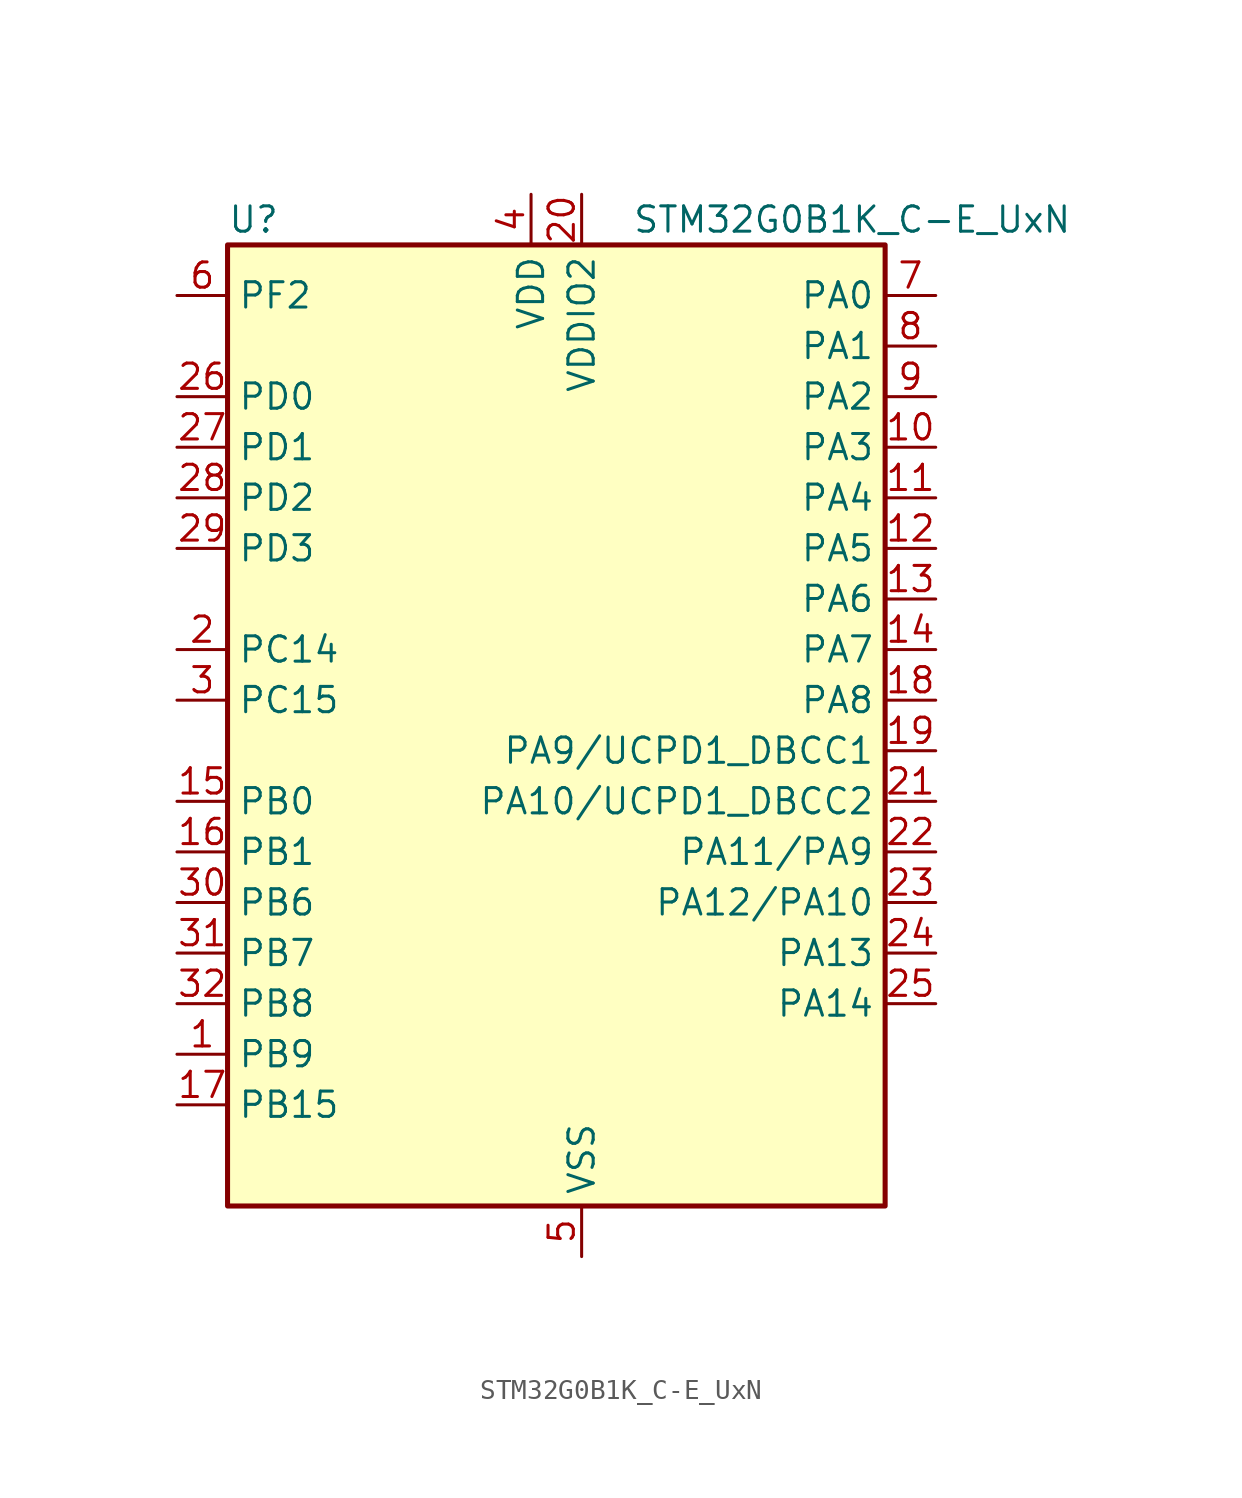
<source format=kicad_sym>
(kicad_symbol_lib
  (version 20211014)
  (generator kicad-library-utils)
  (symbol "STM32G0B1K_C-E_UxN"
    (property "Reference" "U"
      (at -15.24 26.67 0)
      (effects (font (size 1.27 1.27)) (justify left)))
    (property "Value" "STM32G0B1K_C-E_UxN"
      (at 5.08 26.67 0)
      (effects (font (size 1.27 1.27)) (justify left)))
    (property "ki_fp_filters" "QFN*1EP*5x5mm*P0.5mm*"
      (at 0.0 0.0 0.0)
      (effects (font (size 1.27 1.27))))
    (symbol "STM32G0B1K_C-E_UxN_0_1"
      (rectangle (start -15.24 -22.86) (end 17.78 25.4) (stroke (width 0.254)) (fill (type background))))
    (symbol "STM32G0B1K_C-E_UxN_1_1"
      (pin bidirectional line (at -17.78 22.86 0) (length 2.54) (name "PF2" (effects (font (size 1.27 1.27)))) (number "6" (effects (font (size 1.27 1.27)))) (alternate "LPUART2_DE" bidirectional line) (alternate "LPUART2_RTS" bidirectional line) (alternate "LPUART2_TX" bidirectional line) (alternate "RCC_MCO" bidirectional line))
      (pin bidirectional line (at -17.78 17.78 0) (length 2.54) (name "PD0" (effects (font (size 1.27 1.27)))) (number "26" (effects (font (size 1.27 1.27)))) (alternate "FDCAN1_RX" bidirectional line) (alternate "I2S2_WS" bidirectional line) (alternate "SPI2_NSS" bidirectional line) (alternate "TIM16_CH1" bidirectional line) (alternate "UCPD2_CC1" bidirectional line))
      (pin bidirectional line (at -17.78 15.24 0) (length 2.54) (name "PD1" (effects (font (size 1.27 1.27)))) (number "27" (effects (font (size 1.27 1.27)))) (alternate "FDCAN1_TX" bidirectional line) (alternate "I2S2_CK" bidirectional line) (alternate "SPI2_SCK" bidirectional line) (alternate "TIM17_CH1" bidirectional line) (alternate "UCPD2_DBCC1" bidirectional line))
      (pin bidirectional line (at -17.78 12.7 0) (length 2.54) (name "PD2" (effects (font (size 1.27 1.27)))) (number "28" (effects (font (size 1.27 1.27)))) (alternate "TIM1_CH1N" bidirectional line) (alternate "TIM3_ETR" bidirectional line) (alternate "UCPD2_CC2" bidirectional line) (alternate "USART3_CK" bidirectional line) (alternate "USART3_DE" bidirectional line) (alternate "USART3_RTS" bidirectional line) (alternate "USART5_RX" bidirectional line))
      (pin bidirectional line (at -17.78 10.16 0) (length 2.54) (name "PD3" (effects (font (size 1.27 1.27)))) (number "29" (effects (font (size 1.27 1.27)))) (alternate "I2S2_MCK" bidirectional line) (alternate "SPI2_MISO" bidirectional line) (alternate "TIM1_CH2N" bidirectional line) (alternate "UCPD2_DBCC2" bidirectional line) (alternate "USART2_CTS" bidirectional line) (alternate "USART2_NSS" bidirectional line) (alternate "USART5_TX" bidirectional line))
      (pin bidirectional line (at -17.78 5.08 0) (length 2.54) (name "PC14" (effects (font (size 1.27 1.27)))) (number "2" (effects (font (size 1.27 1.27)))) (alternate "RCC_OSC32_IN" bidirectional line) (alternate "RCC_OSC_IN" bidirectional line) (alternate "TIM1_BK2" bidirectional line))
      (pin bidirectional line (at -17.78 2.54 0) (length 2.54) (name "PC15" (effects (font (size 1.27 1.27)))) (number "3" (effects (font (size 1.27 1.27)))) (alternate "RCC_OSC32_EN" bidirectional line) (alternate "RCC_OSC32_OUT" bidirectional line) (alternate "RCC_OSC_EN" bidirectional line) (alternate "TIM15_BK" bidirectional line))
      (pin bidirectional line (at -17.78 -2.54 0) (length 2.54) (name "PB0" (effects (font (size 1.27 1.27)))) (number "15" (effects (font (size 1.27 1.27)))) (alternate "ADC1_IN8" bidirectional line) (alternate "COMP1_OUT" bidirectional line) (alternate "COMP3_INP" bidirectional line) (alternate "FDCAN2_RX" bidirectional line) (alternate "I2S1_WS" bidirectional line) (alternate "LPTIM1_OUT" bidirectional line) (alternate "LPUART2_CTS" bidirectional line) (alternate "SPI1_NSS" bidirectional line) (alternate "TIM1_CH2N" bidirectional line) (alternate "TIM3_CH3" bidirectional line) (alternate "UCPD1_FRSTX1" bidirectional line) (alternate "UCPD1_FRSTX2" bidirectional line) (alternate "USART3_RX" bidirectional line) (alternate "USART5_TX" bidirectional line))
      (pin bidirectional line (at -17.78 -5.08 0) (length 2.54) (name "PB1" (effects (font (size 1.27 1.27)))) (number "16" (effects (font (size 1.27 1.27)))) (alternate "ADC1_IN9" bidirectional line) (alternate "COMP1_INM" bidirectional line) (alternate "COMP3_OUT" bidirectional line) (alternate "FDCAN2_TX" bidirectional line) (alternate "LPTIM2_IN1" bidirectional line) (alternate "LPUART1_DE" bidirectional line) (alternate "LPUART1_RTS" bidirectional line) (alternate "LPUART2_DE" bidirectional line) (alternate "LPUART2_RTS" bidirectional line) (alternate "TIM14_CH1" bidirectional line) (alternate "TIM1_CH3N" bidirectional line) (alternate "TIM3_CH4" bidirectional line) (alternate "USART3_CK" bidirectional line) (alternate "USART3_DE" bidirectional line) (alternate "USART3_RTS" bidirectional line) (alternate "USART5_RX" bidirectional line))
      (pin bidirectional line (at -17.78 -7.62 0) (length 2.54) (name "PB6" (effects (font (size 1.27 1.27)))) (number "30" (effects (font (size 1.27 1.27)))) (alternate "COMP2_INP" bidirectional line) (alternate "FDCAN2_TX" bidirectional line) (alternate "I2C1_SCL" bidirectional line) (alternate "I2S2_MCK" bidirectional line) (alternate "LPTIM1_ETR" bidirectional line) (alternate "LPUART2_TX" bidirectional line) (alternate "SPI2_MISO" bidirectional line) (alternate "TIM16_CH1N" bidirectional line) (alternate "TIM1_CH3" bidirectional line) (alternate "TIM4_CH1" bidirectional line) (alternate "USART1_TX" bidirectional line) (alternate "USART5_CTS" bidirectional line) (alternate "USART5_NSS" bidirectional line))
      (pin bidirectional line (at -17.78 -10.16 0) (length 2.54) (name "PB7" (effects (font (size 1.27 1.27)))) (number "31" (effects (font (size 1.27 1.27)))) (alternate "COMP2_INM" bidirectional line) (alternate "I2C1_SDA" bidirectional line) (alternate "I2S2_SD" bidirectional line) (alternate "LPTIM1_IN2" bidirectional line) (alternate "LPUART2_RX" bidirectional line) (alternate "SPI2_MOSI" bidirectional line) (alternate "SYS_PVD_IN" bidirectional line) (alternate "TIM17_CH1N" bidirectional line) (alternate "TIM4_CH2" bidirectional line) (alternate "USART1_RX" bidirectional line) (alternate "USART4_CTS" bidirectional line) (alternate "USART4_NSS" bidirectional line))
      (pin bidirectional line (at -17.78 -12.7 0) (length 2.54) (name "PB8" (effects (font (size 1.27 1.27)))) (number "32" (effects (font (size 1.27 1.27)))) (alternate "CEC" bidirectional line) (alternate "FDCAN1_RX" bidirectional line) (alternate "I2C1_SCL" bidirectional line) (alternate "I2S2_CK" bidirectional line) (alternate "SPI2_SCK" bidirectional line) (alternate "TIM15_BK" bidirectional line) (alternate "TIM16_CH1" bidirectional line) (alternate "TIM4_CH3" bidirectional line) (alternate "USART3_TX" bidirectional line) (alternate "USART6_TX" bidirectional line))
      (pin bidirectional line (at -17.78 -15.24 0) (length 2.54) (name "PB9" (effects (font (size 1.27 1.27)))) (number "1" (effects (font (size 1.27 1.27)))) (alternate "DAC1_EXTI9" bidirectional line) (alternate "FDCAN1_TX" bidirectional line) (alternate "I2C1_SDA" bidirectional line) (alternate "I2S2_WS" bidirectional line) (alternate "IR_OUT" bidirectional line) (alternate "SPI2_NSS" bidirectional line) (alternate "TIM17_CH1" bidirectional line) (alternate "TIM4_CH4" bidirectional line) (alternate "UCPD2_FRSTX1" bidirectional line) (alternate "UCPD2_FRSTX2" bidirectional line) (alternate "USART3_RX" bidirectional line) (alternate "USART6_RX" bidirectional line))
      (pin bidirectional line (at -17.78 -17.78 0) (length 2.54) (name "PB15" (effects (font (size 1.27 1.27)))) (number "17" (effects (font (size 1.27 1.27)))) (alternate "I2S2_SD" bidirectional line) (alternate "RTC_REFIN" bidirectional line) (alternate "SPI2_MOSI" bidirectional line) (alternate "TIM15_CH1N" bidirectional line) (alternate "TIM15_CH2" bidirectional line) (alternate "TIM1_CH3N" bidirectional line) (alternate "UCPD1_CC2" bidirectional line) (alternate "USART6_CTS" bidirectional line) (alternate "USART6_NSS" bidirectional line))
      (pin bidirectional line (at 20.32 22.86 180) (length 2.54) (name "PA0" (effects (font (size 1.27 1.27)))) (number "7" (effects (font (size 1.27 1.27)))) (alternate "ADC1_IN0" bidirectional line) (alternate "COMP1_INM" bidirectional line) (alternate "COMP1_OUT" bidirectional line) (alternate "I2S2_CK" bidirectional line) (alternate "LPTIM1_OUT" bidirectional line) (alternate "RTC_TAMP_IN2" bidirectional line) (alternate "SPI2_SCK" bidirectional line) (alternate "SYS_WKUP1" bidirectional line) (alternate "TIM2_CH1" bidirectional line) (alternate "TIM2_ETR" bidirectional line) (alternate "UCPD2_FRSTX1" bidirectional line) (alternate "UCPD2_FRSTX2" bidirectional line) (alternate "USART2_CTS" bidirectional line) (alternate "USART2_NSS" bidirectional line) (alternate "USART4_TX" bidirectional line))
      (pin bidirectional line (at 20.32 20.32 180) (length 2.54) (name "PA1" (effects (font (size 1.27 1.27)))) (number "8" (effects (font (size 1.27 1.27)))) (alternate "ADC1_IN1" bidirectional line) (alternate "COMP1_INP" bidirectional line) (alternate "I2C1_SMBA" bidirectional line) (alternate "I2S1_CK" bidirectional line) (alternate "SPI1_SCK" bidirectional line) (alternate "TIM15_CH1N" bidirectional line) (alternate "TIM2_CH2" bidirectional line) (alternate "USART2_CK" bidirectional line) (alternate "USART2_DE" bidirectional line) (alternate "USART2_RTS" bidirectional line) (alternate "USART4_RX" bidirectional line))
      (pin bidirectional line (at 20.32 17.78 180) (length 2.54) (name "PA2" (effects (font (size 1.27 1.27)))) (number "9" (effects (font (size 1.27 1.27)))) (alternate "ADC1_IN2" bidirectional line) (alternate "COMP2_INM" bidirectional line) (alternate "COMP2_OUT" bidirectional line) (alternate "I2S1_SD" bidirectional line) (alternate "LPUART1_TX" bidirectional line) (alternate "RCC_LSCO" bidirectional line) (alternate "SPI1_MOSI" bidirectional line) (alternate "SYS_WKUP4" bidirectional line) (alternate "TIM15_CH1" bidirectional line) (alternate "TIM2_CH3" bidirectional line) (alternate "UCPD1_FRSTX1" bidirectional line) (alternate "UCPD1_FRSTX2" bidirectional line) (alternate "USART2_TX" bidirectional line))
      (pin bidirectional line (at 20.32 15.24 180) (length 2.54) (name "PA3" (effects (font (size 1.27 1.27)))) (number "10" (effects (font (size 1.27 1.27)))) (alternate "ADC1_IN3" bidirectional line) (alternate "COMP2_INP" bidirectional line) (alternate "I2S2_MCK" bidirectional line) (alternate "LPUART1_RX" bidirectional line) (alternate "SPI2_MISO" bidirectional line) (alternate "TIM15_CH2" bidirectional line) (alternate "TIM2_CH4" bidirectional line) (alternate "UCPD2_FRSTX1" bidirectional line) (alternate "UCPD2_FRSTX2" bidirectional line) (alternate "USART2_RX" bidirectional line))
      (pin bidirectional line (at 20.32 12.7 180) (length 2.54) (name "PA4" (effects (font (size 1.27 1.27)))) (number "11" (effects (font (size 1.27 1.27)))) (alternate "ADC1_IN4" bidirectional line) (alternate "DAC1_OUT1" bidirectional line) (alternate "I2S1_WS" bidirectional line) (alternate "I2S2_SD" bidirectional line) (alternate "LPTIM2_OUT" bidirectional line) (alternate "RTC_OUT1" bidirectional line) (alternate "RTC_TAMP_IN1" bidirectional line) (alternate "RTC_TS" bidirectional line) (alternate "SPI1_NSS" bidirectional line) (alternate "SPI2_MOSI" bidirectional line) (alternate "SYS_WKUP2" bidirectional line) (alternate "TIM14_CH1" bidirectional line) (alternate "UCPD2_FRSTX1" bidirectional line) (alternate "UCPD2_FRSTX2" bidirectional line) (alternate "USART6_TX" bidirectional line) (alternate "USB_NOE" bidirectional line))
      (pin bidirectional line (at 20.32 10.16 180) (length 2.54) (name "PA5" (effects (font (size 1.27 1.27)))) (number "12" (effects (font (size 1.27 1.27)))) (alternate "ADC1_IN5" bidirectional line) (alternate "CEC" bidirectional line) (alternate "DAC1_OUT2" bidirectional line) (alternate "I2S1_CK" bidirectional line) (alternate "LPTIM2_ETR" bidirectional line) (alternate "SPI1_SCK" bidirectional line) (alternate "TIM2_CH1" bidirectional line) (alternate "TIM2_ETR" bidirectional line) (alternate "UCPD1_FRSTX1" bidirectional line) (alternate "UCPD1_FRSTX2" bidirectional line) (alternate "USART3_TX" bidirectional line) (alternate "USART6_RX" bidirectional line))
      (pin bidirectional line (at 20.32 7.62 180) (length 2.54) (name "PA6" (effects (font (size 1.27 1.27)))) (number "13" (effects (font (size 1.27 1.27)))) (alternate "ADC1_IN6" bidirectional line) (alternate "COMP1_OUT" bidirectional line) (alternate "I2C2_SDA" bidirectional line) (alternate "I2C3_SDA" bidirectional line) (alternate "I2S1_MCK" bidirectional line) (alternate "LPUART1_CTS" bidirectional line) (alternate "SPI1_MISO" bidirectional line) (alternate "TIM16_CH1" bidirectional line) (alternate "TIM1_BK" bidirectional line) (alternate "TIM3_CH1" bidirectional line) (alternate "USART3_CTS" bidirectional line) (alternate "USART3_NSS" bidirectional line) (alternate "USART6_CTS" bidirectional line) (alternate "USART6_NSS" bidirectional line))
      (pin bidirectional line (at 20.32 5.08 180) (length 2.54) (name "PA7" (effects (font (size 1.27 1.27)))) (number "14" (effects (font (size 1.27 1.27)))) (alternate "ADC1_IN7" bidirectional line) (alternate "COMP2_OUT" bidirectional line) (alternate "I2C2_SCL" bidirectional line) (alternate "I2C3_SCL" bidirectional line) (alternate "I2S1_SD" bidirectional line) (alternate "SPI1_MOSI" bidirectional line) (alternate "TIM14_CH1" bidirectional line) (alternate "TIM17_CH1" bidirectional line) (alternate "TIM1_CH1N" bidirectional line) (alternate "TIM3_CH2" bidirectional line) (alternate "UCPD1_FRSTX1" bidirectional line) (alternate "UCPD1_FRSTX2" bidirectional line) (alternate "USART6_CK" bidirectional line) (alternate "USART6_DE" bidirectional line) (alternate "USART6_RTS" bidirectional line))
      (pin bidirectional line (at 20.32 2.54 180) (length 2.54) (name "PA8" (effects (font (size 1.27 1.27)))) (number "18" (effects (font (size 1.27 1.27)))) (alternate "CRS1_SYNC" bidirectional line) (alternate "I2C2_SMBA" bidirectional line) (alternate "I2S2_WS" bidirectional line) (alternate "LPTIM2_OUT" bidirectional line) (alternate "RCC_MCO" bidirectional line) (alternate "SPI2_NSS" bidirectional line) (alternate "TIM1_CH1" bidirectional line) (alternate "UCPD1_CC1" bidirectional line))
      (pin bidirectional line (at 20.32 0.0 180) (length 2.54) (name "PA9/UCPD1_DBCC1" (effects (font (size 1.27 1.27)))) (number "19" (effects (font (size 1.27 1.27)))) (alternate "DAC1_EXTI9" bidirectional line) (alternate "I2C1_SCL" bidirectional line) (alternate "I2C2_SCL" bidirectional line) (alternate "I2S2_MCK" bidirectional line) (alternate "RCC_MCO" bidirectional line) (alternate "SPI2_MISO" bidirectional line) (alternate "TIM15_BK" bidirectional line) (alternate "TIM1_CH2" bidirectional line) (alternate "UCPD1_DBCC1" bidirectional line) (alternate "USART1_TX" bidirectional line))
      (pin bidirectional line (at 20.32 -2.54 180) (length 2.54) (name "PA10/UCPD1_DBCC2" (effects (font (size 1.27 1.27)))) (number "21" (effects (font (size 1.27 1.27)))) (alternate "I2C1_SDA" bidirectional line) (alternate "I2C2_SDA" bidirectional line) (alternate "I2S2_SD" bidirectional line) (alternate "RCC_MCO_2" bidirectional line) (alternate "SPI2_MOSI" bidirectional line) (alternate "TIM17_BK" bidirectional line) (alternate "TIM1_CH3" bidirectional line) (alternate "UCPD1_DBCC2" bidirectional line) (alternate "USART1_RX" bidirectional line))
      (pin bidirectional line (at 20.32 -5.08 180) (length 2.54) (name "PA11/PA9" (effects (font (size 1.27 1.27)))) (number "22" (effects (font (size 1.27 1.27)))) (alternate "ADC1_EXTI11" bidirectional line) (alternate "COMP1_OUT" bidirectional line) (alternate "FDCAN1_RX" bidirectional line) (alternate "I2C2_SCL" bidirectional line) (alternate "I2S1_MCK" bidirectional line) (alternate "SPI1_MISO" bidirectional line) (alternate "TIM1_BK2" bidirectional line) (alternate "TIM1_CH4" bidirectional line) (alternate "USART1_CTS" bidirectional line) (alternate "USART1_NSS" bidirectional line) (alternate "USB_DM" bidirectional line))
      (pin bidirectional line (at 20.32 -7.62 180) (length 2.54) (name "PA12/PA10" (effects (font (size 1.27 1.27)))) (number "23" (effects (font (size 1.27 1.27)))) (alternate "COMP2_OUT" bidirectional line) (alternate "FDCAN1_TX" bidirectional line) (alternate "I2C2_SDA" bidirectional line) (alternate "I2S1_SD" bidirectional line) (alternate "I2S_CKIN" bidirectional line) (alternate "SPI1_MOSI" bidirectional line) (alternate "TIM1_ETR" bidirectional line) (alternate "USART1_CK" bidirectional line) (alternate "USART1_DE" bidirectional line) (alternate "USART1_RTS" bidirectional line) (alternate "USB_DP" bidirectional line))
      (pin bidirectional line (at 20.32 -10.16 180) (length 2.54) (name "PA13" (effects (font (size 1.27 1.27)))) (number "24" (effects (font (size 1.27 1.27)))) (alternate "IR_OUT" bidirectional line) (alternate "LPUART2_RX" bidirectional line) (alternate "SYS_SWDIO" bidirectional line) (alternate "USB_NOE" bidirectional line))
      (pin bidirectional line (at 20.32 -12.7 180) (length 2.54) (name "PA14" (effects (font (size 1.27 1.27)))) (number "25" (effects (font (size 1.27 1.27)))) (alternate "LPUART2_TX" bidirectional line) (alternate "SYS_SWCLK" bidirectional line) (alternate "USART2_TX" bidirectional line))
      (pin power_in line (at 0.0 27.94 270) (length 2.54) (name "VDD" (effects (font (size 1.27 1.27)))) (number "4" (effects (font (size 1.27 1.27)))))
      (pin power_in line (at 2.54 27.94 270) (length 2.54) (name "VDDIO2" (effects (font (size 1.27 1.27)))) (number "20" (effects (font (size 1.27 1.27)))))
      (pin power_in line (at 2.54 -25.4 90) (length 2.54) (name "VSS" (effects (font (size 1.27 1.27)))) (number "5" (effects (font (size 1.27 1.27)))))
      (pin passive line (at 2.54 -25.4 90) (length 2.54) hide (name "VSS" (effects (font (size 1.27 1.27)))) (number "33" (effects (font (size 1.27 1.27))))))))
</source>
